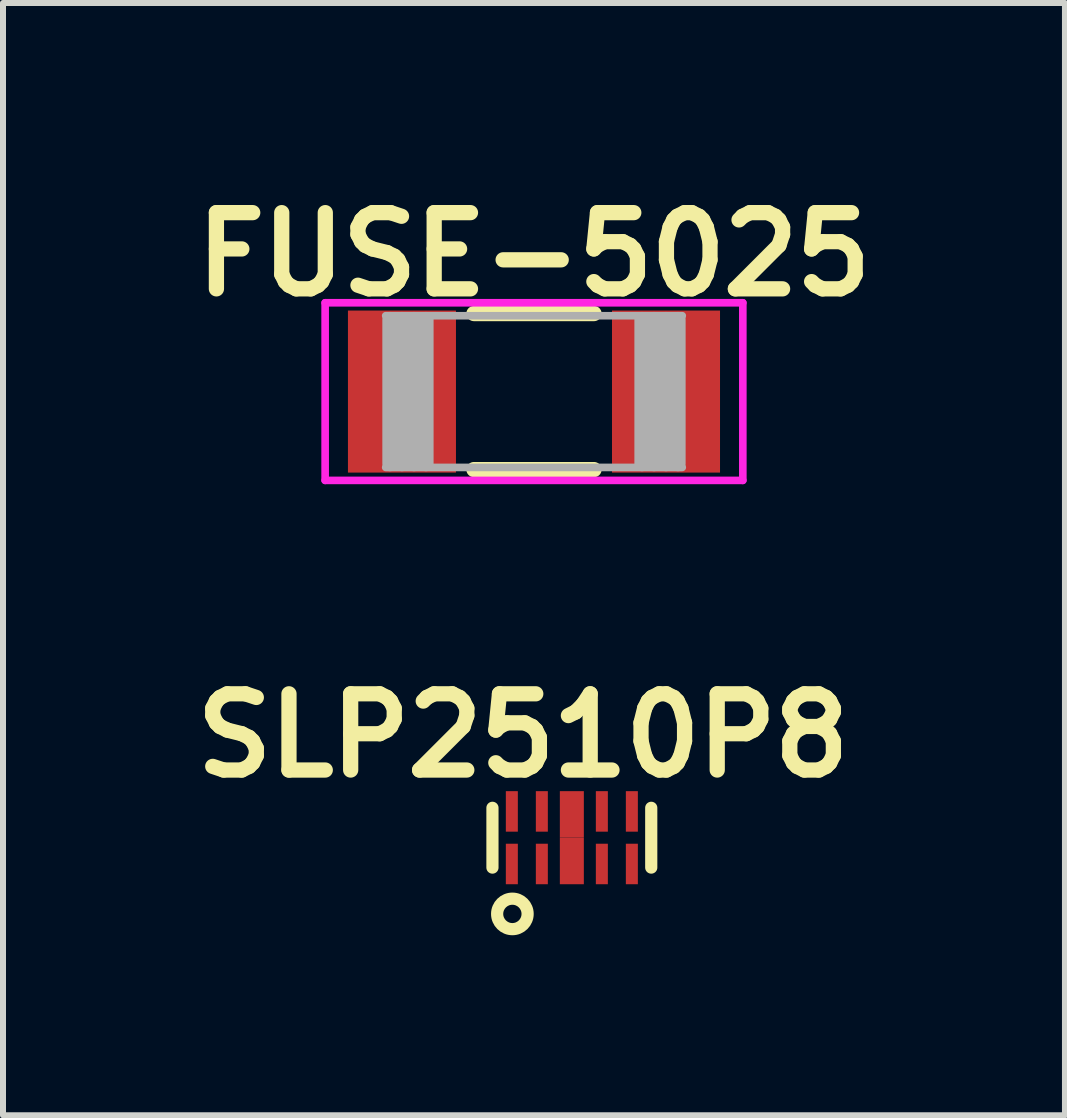
<source format=kicad_pcb>
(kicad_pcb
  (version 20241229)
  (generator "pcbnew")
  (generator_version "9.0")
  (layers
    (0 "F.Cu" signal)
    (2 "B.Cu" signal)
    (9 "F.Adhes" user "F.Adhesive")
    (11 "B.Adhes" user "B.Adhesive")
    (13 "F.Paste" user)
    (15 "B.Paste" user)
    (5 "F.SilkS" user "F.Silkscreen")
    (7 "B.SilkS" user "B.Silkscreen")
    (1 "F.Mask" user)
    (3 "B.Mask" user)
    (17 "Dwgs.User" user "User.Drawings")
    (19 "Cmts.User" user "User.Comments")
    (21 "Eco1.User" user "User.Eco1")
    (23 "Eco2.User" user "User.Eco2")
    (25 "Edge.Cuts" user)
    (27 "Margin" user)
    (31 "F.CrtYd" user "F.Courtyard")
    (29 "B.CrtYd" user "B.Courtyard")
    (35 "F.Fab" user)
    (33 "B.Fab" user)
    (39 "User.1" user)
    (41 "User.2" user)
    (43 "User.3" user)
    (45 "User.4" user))
  (footprint "FUSE-5025"
    (layer "F.Cu")
    (at 5.848 3.475)
    (property "Reference" "FUSE-5025" (at 0 -2.286 0) (layer "F.SilkS") (effects (font (size 1.27 1.27) (thickness 0.254))))
    (attr smd)
    (fp_line (start -1 -1.3) (end 1 -1.3) (stroke (width 0.254) (type solid)) (layer "F.SilkS"))
    (fp_line (start -1 1.3) (end 1 1.3) (stroke (width 0.254) (type solid)) (layer "F.SilkS"))
    (fp_line (start -3.48 -1.48) (end 3.48 -1.48) (stroke (width 0.127) (type solid)) (layer "F.CrtYd"))
    (fp_line (start -3.48 1.48) (end -3.48 -1.48) (stroke (width 0.127) (type solid)) (layer "F.CrtYd"))
    (fp_line (start -3.48 1.48) (end 3.48 1.48) (stroke (width 0.127) (type solid)) (layer "F.CrtYd"))
    (fp_line (start 3.48 1.48) (end 3.48 -1.48) (stroke (width 0.127) (type solid)) (layer "F.CrtYd"))
    (fp_line (start -2.471 -1.264) (end 2.471 -1.264) (stroke (width 0.127) (type solid)) (layer "F.Fab"))
    (fp_line (start -2.4 1.2) (end -2.4 -1.2) (stroke (width 0.254) (type solid)) (layer "F.Fab"))
    (fp_line (start -2.2 1.2) (end -2.2 -1.2) (stroke (width 0.254) (type solid)) (layer "F.Fab"))
    (fp_line (start -2 1.2) (end -2 -1.2) (stroke (width 0.254) (type solid)) (layer "F.Fab"))
    (fp_line (start -1.8 1.2) (end -1.8 -1.2) (stroke (width 0.254) (type solid)) (layer "F.Fab"))
    (fp_line (start 1.8 1.2) (end 1.8 -1.2) (stroke (width 0.254) (type solid)) (layer "F.Fab"))
    (fp_line (start 2 1.2) (end 2 -1.2) (stroke (width 0.254) (type solid)) (layer "F.Fab"))
    (fp_line (start 2.2 1.2) (end 2.2 -1.2) (stroke (width 0.254) (type solid)) (layer "F.Fab"))
    (fp_line (start 2.4 1.2) (end 2.4 -1.2) (stroke (width 0.254) (type solid)) (layer "F.Fab"))
    (fp_line (start 2.471 1.264) (end -2.471 1.264) (stroke (width 0.127) (type solid)) (layer "F.Fab"))
    (pad "1" smd rect (at -2.2 0) (size 1.8 2.7) (layers "F.Cu" "F.Mask" "F.Paste"))
    (pad "2" smd rect (at 2.2 0) (size 1.8 2.7) (layers "F.Cu" "F.Mask" "F.Paste")))
  (footprint "SLP2510P8"
    (layer "F.Cu")
    (at 6.479 10.909)
    (property "Reference" "SLP2510P8" (at -0.813 -1.702 0) (layer "F.SilkS") (effects (font (size 1.27 1.27) (thickness 0.254))))
    (attr smd)
    (fp_line (start -1.323 0.498) (end -1.323 -0.498) (stroke (width 0.203) (type solid)) (layer "F.SilkS"))
    (fp_line (start 1.323 0.498) (end 1.323 -0.498) (stroke (width 0.203) (type solid)) (layer "F.SilkS"))
    (fp_circle (center -0.991 1.27) (end -0.737 1.27) (stroke (width 0.203) (type solid)) (fill no) (layer "F.SilkS"))
    (pad "1" smd rect (at -1 0.438) (size 0.2 0.675) (layers "F.Cu" "F.Mask" "F.Paste"))
    (pad "2" smd rect (at -0.5 0.438) (size 0.2 0.675) (layers "F.Cu" "F.Mask" "F.Paste"))
    (pad "3" smd rect (at 0 0.388) (size 0.4 0.775) (layers "F.Cu" "F.Mask" "F.Paste"))
    (pad "4" smd rect (at 0.5 0.438) (size 0.2 0.675) (layers "F.Cu" "F.Mask" "F.Paste"))
    (pad "5" smd rect (at 1 0.438) (size 0.2 0.675) (layers "F.Cu" "F.Mask" "F.Paste"))
    (pad "6" smd rect (at 1 -0.438) (size 0.2 0.675) (layers "F.Cu" "F.Mask" "F.Paste"))
    (pad "7" smd rect (at 0.5 -0.438) (size 0.2 0.675) (layers "F.Cu" "F.Mask" "F.Paste"))
    (pad "8" smd rect (at 0 -0.388) (size 0.4 0.775) (layers "F.Cu" "F.Mask" "F.Paste"))
    (pad "9" smd rect (at -0.5 -0.438) (size 0.2 0.675) (layers "F.Cu" "F.Mask" "F.Paste"))
    (pad "10" smd rect (at -1 -0.438) (size 0.2 0.675) (layers "F.Cu" "F.Mask" "F.Paste")))
  (gr_rect
    (start -3 -3)
    (end 14.696 15.534)
    (stroke (width 0.1) (type default))
    (fill no)
    (layer "Edge.Cuts")))
</source>
